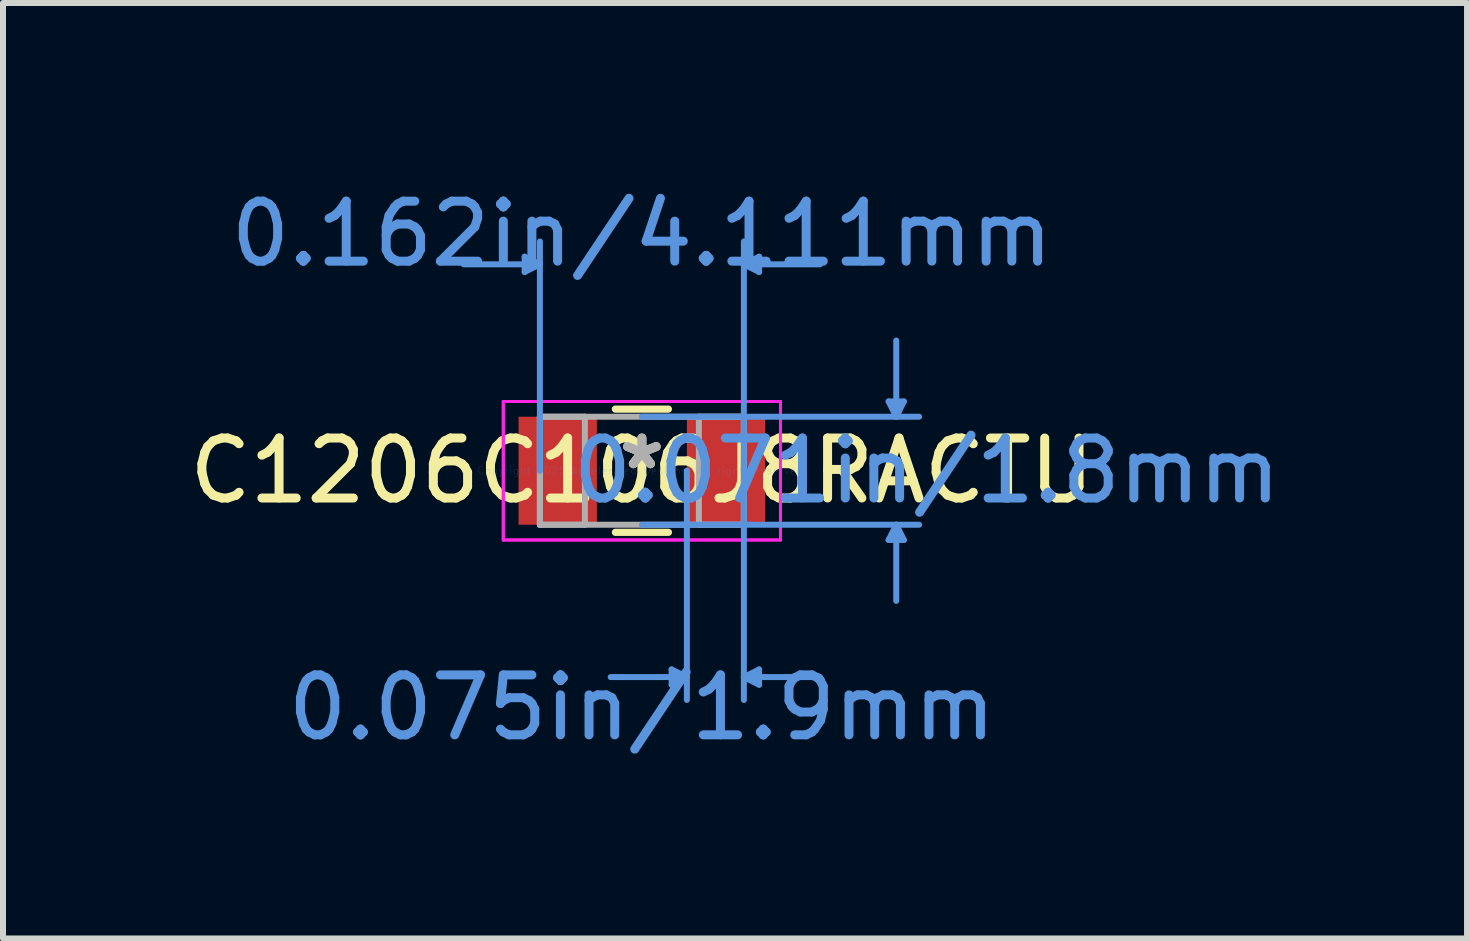
<source format=kicad_pcb>
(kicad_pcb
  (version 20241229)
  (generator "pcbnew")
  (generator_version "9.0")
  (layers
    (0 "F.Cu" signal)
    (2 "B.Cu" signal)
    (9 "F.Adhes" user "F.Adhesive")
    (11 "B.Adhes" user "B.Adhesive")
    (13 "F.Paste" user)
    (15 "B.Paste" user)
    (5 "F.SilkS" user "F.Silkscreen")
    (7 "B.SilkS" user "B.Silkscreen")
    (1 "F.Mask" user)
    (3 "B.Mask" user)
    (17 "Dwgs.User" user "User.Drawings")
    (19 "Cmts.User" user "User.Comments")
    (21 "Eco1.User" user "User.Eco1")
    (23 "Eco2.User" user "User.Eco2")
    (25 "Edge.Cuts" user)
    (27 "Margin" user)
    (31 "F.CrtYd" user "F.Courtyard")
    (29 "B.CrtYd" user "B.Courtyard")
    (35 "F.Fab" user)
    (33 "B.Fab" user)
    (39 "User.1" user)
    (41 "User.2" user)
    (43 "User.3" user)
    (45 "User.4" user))
  (footprint "C1206C106J8RACTU"
    (layer "F.Cu")
    (at 7.649 4.796)
    (property "Reference" "C1206C106J8RACTU" (at 0 0 0) (layer "F.SilkS") (effects (font (size 1 1) (thickness 0.15))))
    (attr through_hole)
    (fp_line (start -0.442 1.027) (end 0.442 1.027) (stroke (width 0.12) (type solid)) (layer "F.SilkS"))
    (fp_line (start 0.442 -1.027) (end -0.442 -1.027) (stroke (width 0.12) (type solid)) (layer "F.SilkS"))
    (fp_line (start -1.954 -3.567) (end -1.954 -3.313) (stroke (width 0.1) (type solid)) (layer "Cmts.User"))
    (fp_line (start -1.7 -3.44) (end -2.97 -3.44) (stroke (width 0.1) (type solid)) (layer "Cmts.User"))
    (fp_line (start -1.7 -3.44) (end -1.954 -3.567) (stroke (width 0.1) (type solid)) (layer "Cmts.User"))
    (fp_line (start -1.7 -3.44) (end -1.954 -3.313) (stroke (width 0.1) (type solid)) (layer "Cmts.User"))
    (fp_line (start -1.7 0) (end -1.7 -3.821) (stroke (width 0.1) (type solid)) (layer "Cmts.User"))
    (fp_line (start 0 -0.9) (end 4.621 -0.9) (stroke (width 0.1) (type solid)) (layer "Cmts.User"))
    (fp_line (start 0 0.9) (end 4.621 0.9) (stroke (width 0.1) (type solid)) (layer "Cmts.User"))
    (fp_line (start 0.496 3.313) (end 0.496 3.567) (stroke (width 0.1) (type solid)) (layer "Cmts.User"))
    (fp_line (start 0.75 0) (end 0.75 3.821) (stroke (width 0.1) (type solid)) (layer "Cmts.User"))
    (fp_line (start 0.75 3.44) (end -0.52 3.44) (stroke (width 0.1) (type solid)) (layer "Cmts.User"))
    (fp_line (start 0.75 3.44) (end 0.496 3.313) (stroke (width 0.1) (type solid)) (layer "Cmts.User"))
    (fp_line (start 0.75 3.44) (end 0.496 3.567) (stroke (width 0.1) (type solid)) (layer "Cmts.User"))
    (fp_line (start 1.7 -3.44) (end 1.954 -3.567) (stroke (width 0.1) (type solid)) (layer "Cmts.User"))
    (fp_line (start 1.7 -3.44) (end 1.954 -3.313) (stroke (width 0.1) (type solid)) (layer "Cmts.User"))
    (fp_line (start 1.7 -3.44) (end 2.97 -3.44) (stroke (width 0.1) (type solid)) (layer "Cmts.User"))
    (fp_line (start 1.7 0) (end 1.7 -3.821) (stroke (width 0.1) (type solid)) (layer "Cmts.User"))
    (fp_line (start 1.7 0) (end 1.7 3.821) (stroke (width 0.1) (type solid)) (layer "Cmts.User"))
    (fp_line (start 1.7 3.44) (end 1.954 3.313) (stroke (width 0.1) (type solid)) (layer "Cmts.User"))
    (fp_line (start 1.7 3.44) (end 1.954 3.567) (stroke (width 0.1) (type solid)) (layer "Cmts.User"))
    (fp_line (start 1.7 3.44) (end 2.97 3.44) (stroke (width 0.1) (type solid)) (layer "Cmts.User"))
    (fp_line (start 1.954 -3.567) (end 1.954 -3.313) (stroke (width 0.1) (type solid)) (layer "Cmts.User"))
    (fp_line (start 1.954 3.313) (end 1.954 3.567) (stroke (width 0.1) (type solid)) (layer "Cmts.User"))
    (fp_line (start 4.113 -1.154) (end 4.367 -1.154) (stroke (width 0.1) (type solid)) (layer "Cmts.User"))
    (fp_line (start 4.113 1.154) (end 4.367 1.154) (stroke (width 0.1) (type solid)) (layer "Cmts.User"))
    (fp_line (start 4.24 -0.9) (end 4.113 -1.154) (stroke (width 0.1) (type solid)) (layer "Cmts.User"))
    (fp_line (start 4.24 -0.9) (end 4.24 -2.17) (stroke (width 0.1) (type solid)) (layer "Cmts.User"))
    (fp_line (start 4.24 -0.9) (end 4.367 -1.154) (stroke (width 0.1) (type solid)) (layer "Cmts.User"))
    (fp_line (start 4.24 0.9) (end 4.113 1.154) (stroke (width 0.1) (type solid)) (layer "Cmts.User"))
    (fp_line (start 4.24 0.9) (end 4.24 2.17) (stroke (width 0.1) (type solid)) (layer "Cmts.User"))
    (fp_line (start 4.24 0.9) (end 4.367 1.154) (stroke (width 0.1) (type solid)) (layer "Cmts.User"))
    (fp_line (start -2.31 -1.154) (end 2.31 -1.154) (stroke (width 0.05) (type solid)) (layer "F.CrtYd"))
    (fp_line (start -2.31 -1.154) (end 2.31 -1.154) (stroke (width 0.05) (type solid)) (layer "F.CrtYd"))
    (fp_line (start -2.31 1.154) (end -2.31 -1.154) (stroke (width 0.05) (type solid)) (layer "F.CrtYd"))
    (fp_line (start -2.31 1.154) (end -2.31 -1.154) (stroke (width 0.05) (type solid)) (layer "F.CrtYd"))
    (fp_line (start 2.31 -1.154) (end 2.31 1.154) (stroke (width 0.05) (type solid)) (layer "F.CrtYd"))
    (fp_line (start 2.31 -1.154) (end 2.31 1.154) (stroke (width 0.05) (type solid)) (layer "F.CrtYd"))
    (fp_line (start 2.31 1.154) (end -2.31 1.154) (stroke (width 0.05) (type solid)) (layer "F.CrtYd"))
    (fp_line (start 2.31 1.154) (end -2.31 1.154) (stroke (width 0.05) (type solid)) (layer "F.CrtYd"))
    (fp_line (start -1.7 -0.9) (end -1.7 0.9) (stroke (width 0.1) (type solid)) (layer "F.Fab"))
    (fp_line (start -1.7 -0.9) (end -1.7 0.9) (stroke (width 0.1) (type solid)) (layer "F.Fab"))
    (fp_line (start -1.7 0.9) (end -0.95 0.9) (stroke (width 0.1) (type solid)) (layer "F.Fab"))
    (fp_line (start -1.7 0.9) (end 1.7 0.9) (stroke (width 0.1) (type solid)) (layer "F.Fab"))
    (fp_line (start -0.95 -0.9) (end -1.7 -0.9) (stroke (width 0.1) (type solid)) (layer "F.Fab"))
    (fp_line (start -0.95 0.9) (end -0.95 -0.9) (stroke (width 0.1) (type solid)) (layer "F.Fab"))
    (fp_line (start 0.95 -0.9) (end 0.95 0.9) (stroke (width 0.1) (type solid)) (layer "F.Fab"))
    (fp_line (start 0.95 0.9) (end 1.7 0.9) (stroke (width 0.1) (type solid)) (layer "F.Fab"))
    (fp_line (start 1.7 -0.9) (end -1.7 -0.9) (stroke (width 0.1) (type solid)) (layer "F.Fab"))
    (fp_line (start 1.7 -0.9) (end 0.95 -0.9) (stroke (width 0.1) (type solid)) (layer "F.Fab"))
    (fp_line (start 1.7 0.9) (end 1.7 -0.9) (stroke (width 0.1) (type solid)) (layer "F.Fab"))
    (fp_line (start 1.7 0.9) (end 1.7 -0.9) (stroke (width 0.1) (type solid)) (layer "F.Fab"))
    (fp_text user "*" (at 0 0 0) (layer "F.SilkS") (effects (font (size 1 1) (thickness 0.15))))
    (fp_text user "0.071in/1.8mm" (at 4.748 0 0) (layer "Cmts.User") (effects (font (size 1 1) (thickness 0.15))))
    (fp_text user "0.162in/4.111mm" (at 0 -3.948 0) (layer "Cmts.User") (effects (font (size 1 1) (thickness 0.15))))
    (fp_text user "Copyright 2021 Accelerated Designs. All rights reserved." (at 0 0 0) (layer "Cmts.User") (effects (font (size 0.127 0.127) (thickness 0.002))))
    (fp_text user "0.075in/1.9mm" (at 0 3.948 0) (layer "Cmts.User") (effects (font (size 1 1) (thickness 0.15))))
    (fp_text user "*" (at 0 0 0) (layer "F.Fab") (effects (font (size 1 1) (thickness 0.15))))
    (pad "1" smd rect (at -1.403 0) (size 1.306 1.8) (layers "F.Cu" "F.Mask" "F.Paste"))
    (pad "2" smd rect (at 1.403 0) (size 1.306 1.8) (layers "F.Cu" "F.Mask" "F.Paste")))
  (gr_rect
    (start -3 -3)
    (end 21.403 12.592)
    (stroke (width 0.1) (type default))
    (fill no)
    (layer "Edge.Cuts")))
</source>
